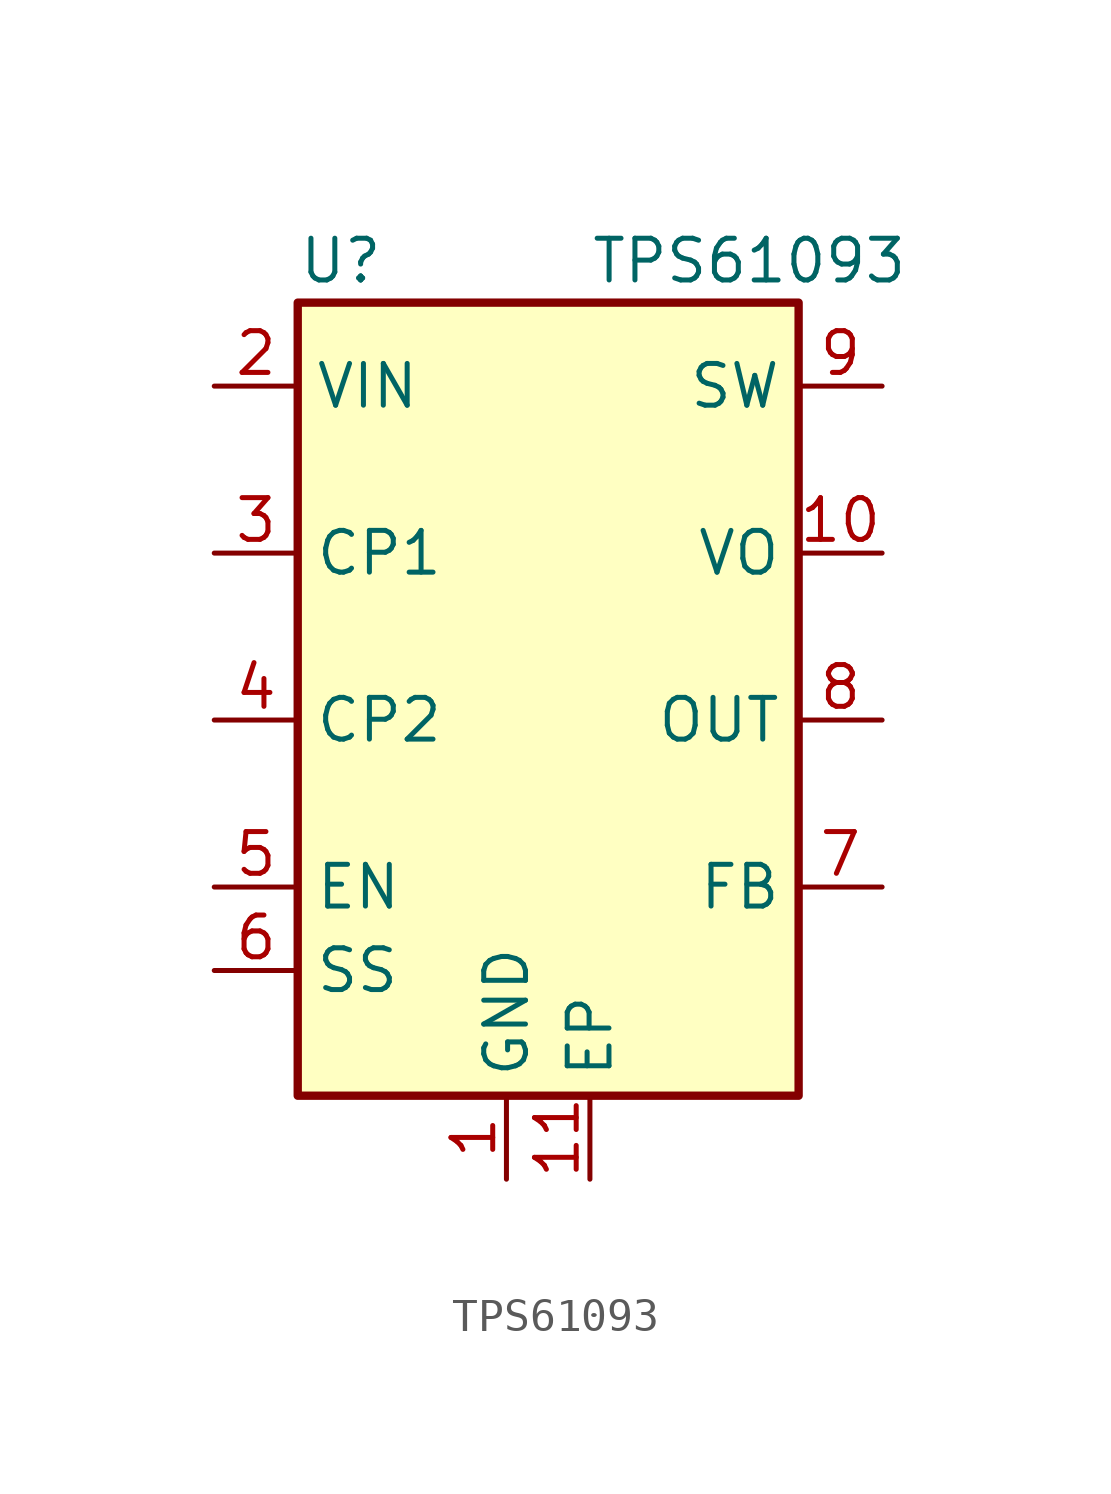
<source format=kicad_sym>
(kicad_symbol_lib
  (version 20241209)
  (generator "kicad_symbol_editor")
  (generator_version "9.0")
  (symbol "TPS61093"
    (property "Reference" "U"
      (at -7.62 12.7 0)
      (effects (font (size 1.27 1.27)) (justify left)))
    (property "Value" "TPS61093"
      (at 1.27 12.7 0)
      (effects (font (size 1.27 1.27)) (justify left)))
    (symbol "TPS61093_0_0"
      (pin unspecified line (at -10.16 3.81 0) (length 2.54) (name "CP1" (effects (font (size 1.27 1.27)))) (number "3" (effects (font (size 1.27 1.27)))))
      (pin unspecified line (at -10.16 -1.27 0) (length 2.54) (name "CP2" (effects (font (size 1.27 1.27)))) (number "4" (effects (font (size 1.27 1.27)))))
      (pin input line (at -10.16 -6.35 0) (length 2.54) (name "EN" (effects (font (size 1.27 1.27)))) (number "5" (effects (font (size 1.27 1.27)))))
      (pin input line (at -10.16 -8.89 0) (length 2.54) (name "SS" (effects (font (size 1.27 1.27)))) (number "6" (effects (font (size 1.27 1.27)))))
      (pin power_in line (at -1.27 -15.24 90) (length 2.54) (name "GND" (effects (font (size 1.27 1.27)))) (number "1" (effects (font (size 1.27 1.27)))))
      (pin power_in line (at 1.27 -15.24 90) (length 2.54) (name "EP" (effects (font (size 1.27 1.27)))) (number "11" (effects (font (size 1.27 1.27)))))
      (pin input line (at 10.16 8.89 180) (length 2.54) (name "SW" (effects (font (size 1.27 1.27)))) (number "9" (effects (font (size 1.27 1.27)))))
      (pin output line (at 10.16 -1.27 180) (length 2.54) (name "OUT" (effects (font (size 1.27 1.27)))) (number "8" (effects (font (size 1.27 1.27)))))
      (pin input line (at 10.16 -6.35 180) (length 2.54) (name "FB" (effects (font (size 1.27 1.27)))) (number "7" (effects (font (size 1.27 1.27))))))
    (symbol "TPS61093_0_1"
      (rectangle (start -7.62 11.43) (end 7.62 -12.7) (stroke (width 0.254) (type default)) (fill (type background))))
    (symbol "TPS61093_1_0"
      (pin power_in line (at -10.16 8.89 0) (length 2.54) (name "VIN" (effects (font (size 1.27 1.27)))) (number "2" (effects (font (size 1.27 1.27)))))
      (pin power_out line (at 10.16 3.81 180) (length 2.54) (name "VO" (effects (font (size 1.27 1.27)))) (number "10" (effects (font (size 1.27 1.27))))))))
</source>
